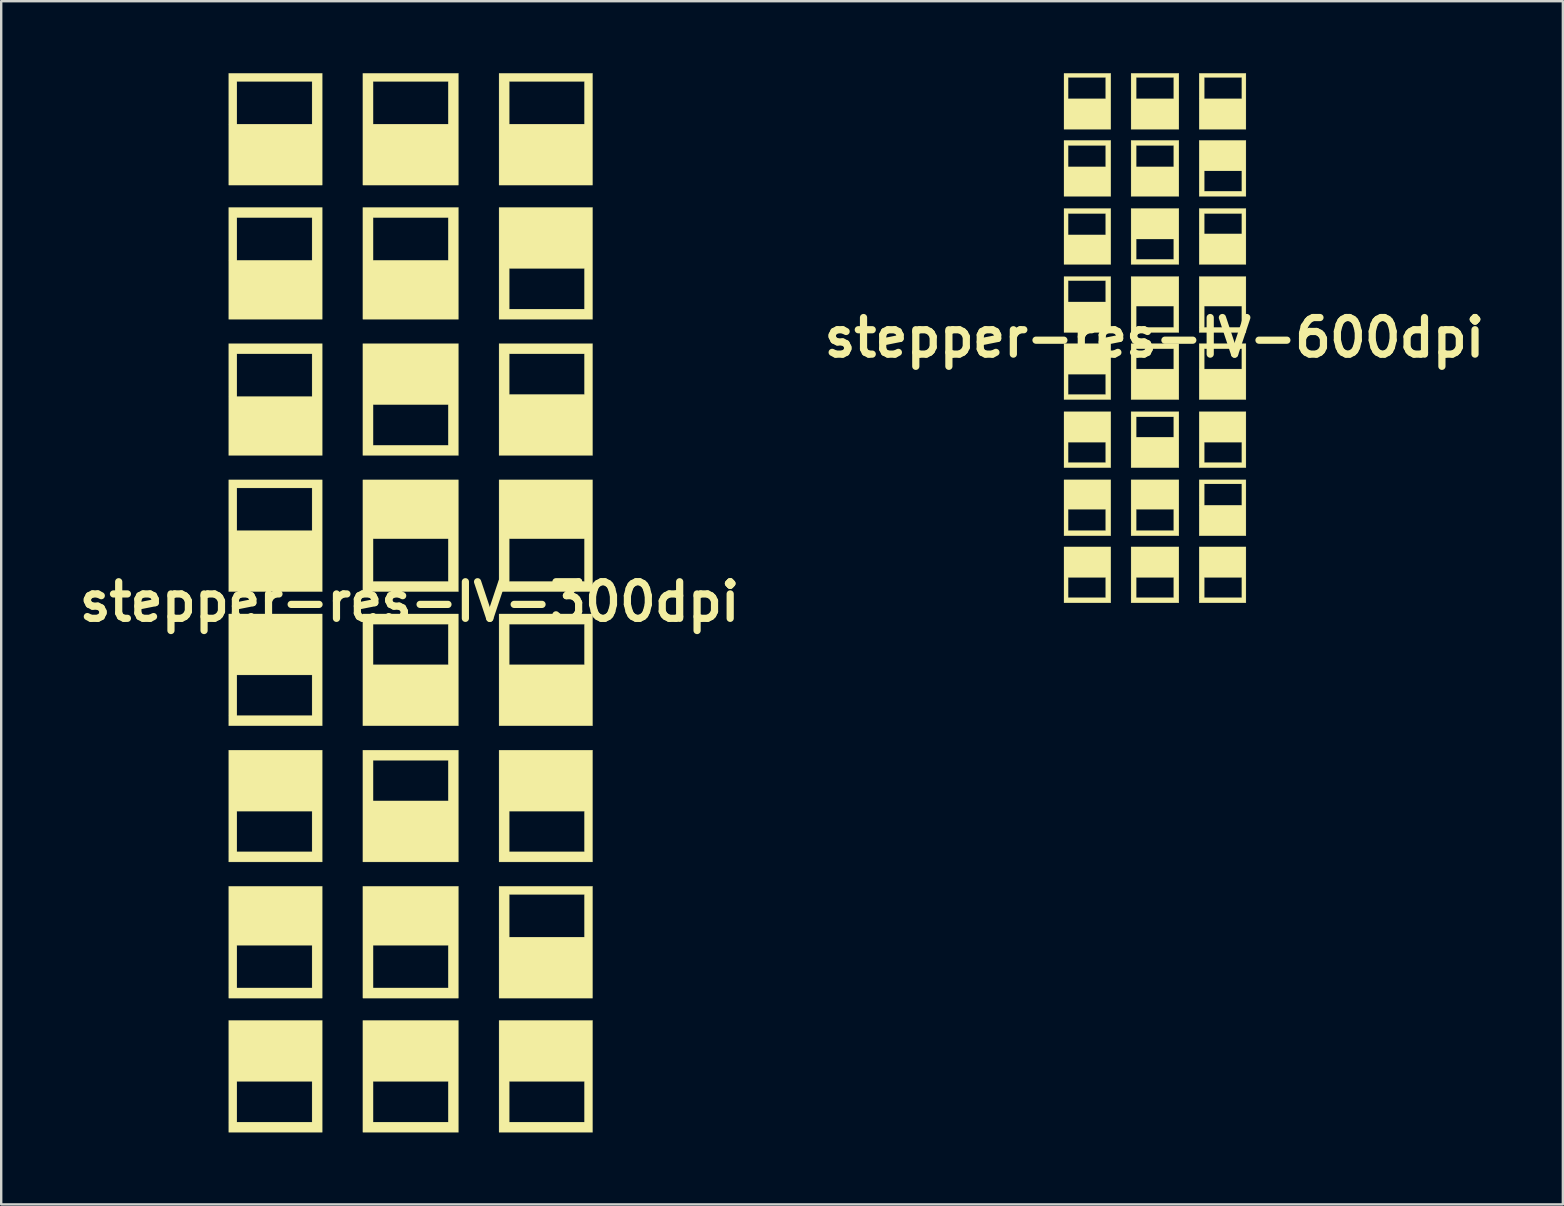
<source format=kicad_pcb>
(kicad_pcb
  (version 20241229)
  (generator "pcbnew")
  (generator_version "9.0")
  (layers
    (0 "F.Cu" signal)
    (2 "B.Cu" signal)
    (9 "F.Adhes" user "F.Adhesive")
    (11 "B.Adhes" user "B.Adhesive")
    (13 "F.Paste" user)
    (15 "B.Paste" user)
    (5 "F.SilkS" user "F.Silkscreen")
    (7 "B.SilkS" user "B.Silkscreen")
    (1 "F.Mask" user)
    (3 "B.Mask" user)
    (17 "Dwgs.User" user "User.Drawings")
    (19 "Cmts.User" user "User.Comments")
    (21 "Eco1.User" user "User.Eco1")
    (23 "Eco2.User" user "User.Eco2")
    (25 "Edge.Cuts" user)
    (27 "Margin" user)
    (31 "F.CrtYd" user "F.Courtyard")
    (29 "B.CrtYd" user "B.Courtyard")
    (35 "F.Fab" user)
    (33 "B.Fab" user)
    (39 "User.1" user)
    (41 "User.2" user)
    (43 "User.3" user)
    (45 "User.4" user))
  (footprint "stepper-res-IV-300dpi"
    (layer "F.Cu")
    (at 14.014 22.018)
    (property "Reference" "stepper-res-IV-300dpi" (at 0 0 0) (layer "F.SilkS") (effects (font (size 1.524 1.524) (thickness 0.3))))
    (attr through_hole)
    (fp_poly (pts (xy -3.641 -17.357) (xy -7.535 -17.357) (xy -7.535 -21.675) (xy -7.197 -21.675) (xy -7.197 -19.897) (xy -4.064 -19.897) (xy -4.064 -21.675) (xy -7.197 -21.675) (xy -7.535 -21.675) (xy -7.535 -22.013) (xy -3.641 -22.013) (xy -3.641 -17.357)) (stroke (width 0.01) (type solid)) (fill yes) (layer "F.SilkS"))
    (fp_poly (pts (xy -3.641 -11.769) (xy -7.535 -11.769) (xy -7.535 -16.002) (xy -7.197 -16.002) (xy -7.197 -14.224) (xy -4.064 -14.224) (xy -4.064 -16.002) (xy -7.197 -16.002) (xy -7.535 -16.002) (xy -7.535 -16.425) (xy -3.641 -16.425) (xy -3.641 -11.769)) (stroke (width 0.01) (type solid)) (fill yes) (layer "F.SilkS"))
    (fp_poly (pts (xy -3.641 -6.096) (xy -7.535 -6.096) (xy -7.535 -10.329) (xy -7.197 -10.329) (xy -7.197 -8.551) (xy -4.064 -8.551) (xy -4.064 -10.329) (xy -7.197 -10.329) (xy -7.535 -10.329) (xy -7.535 -10.753) (xy -3.641 -10.753) (xy -3.641 -6.096)) (stroke (width 0.01) (type solid)) (fill yes) (layer "F.SilkS"))
    (fp_poly (pts (xy -3.641 -0.423) (xy -7.535 -0.423) (xy -7.535 -4.741) (xy -7.197 -4.741) (xy -7.197 -2.963) (xy -4.064 -2.963) (xy -4.064 -4.741) (xy -7.197 -4.741) (xy -7.535 -4.741) (xy -7.535 -5.08) (xy -3.641 -5.08) (xy -3.641 -0.423)) (stroke (width 0.01) (type solid)) (fill yes) (layer "F.SilkS"))
    (fp_poly (pts (xy -3.641 5.165) (xy -7.535 5.165) (xy -7.535 3.048) (xy -7.197 3.048) (xy -7.197 4.741) (xy -4.064 4.741) (xy -4.064 3.048) (xy -7.197 3.048) (xy -7.535 3.048) (xy -7.535 0.508) (xy -3.641 0.508) (xy -3.641 5.165)) (stroke (width 0.01) (type solid)) (fill yes) (layer "F.SilkS"))
    (fp_poly (pts (xy -3.641 10.837) (xy -7.535 10.837) (xy -7.535 8.721) (xy -7.197 8.721) (xy -7.197 10.414) (xy -4.064 10.414) (xy -4.064 8.721) (xy -7.197 8.721) (xy -7.535 8.721) (xy -7.535 6.181) (xy -3.641 6.181) (xy -3.641 10.837)) (stroke (width 0.01) (type solid)) (fill yes) (layer "F.SilkS"))
    (fp_poly (pts (xy -3.641 16.51) (xy -7.535 16.51) (xy -7.535 14.309) (xy -7.197 14.309) (xy -7.197 16.087) (xy -4.064 16.087) (xy -4.064 14.309) (xy -7.197 14.309) (xy -7.535 14.309) (xy -7.535 11.853) (xy -3.641 11.853) (xy -3.641 16.51)) (stroke (width 0.01) (type solid)) (fill yes) (layer "F.SilkS"))
    (fp_poly (pts (xy -3.641 22.098) (xy -7.535 22.098) (xy -7.535 19.981) (xy -7.197 19.981) (xy -7.197 21.675) (xy -4.064 21.675) (xy -4.064 19.981) (xy -7.197 19.981) (xy -7.535 19.981) (xy -7.535 17.441) (xy -3.641 17.441) (xy -3.641 22.098)) (stroke (width 0.01) (type solid)) (fill yes) (layer "F.SilkS"))
    (fp_poly (pts (xy 2.032 -17.357) (xy -1.947 -17.357) (xy -1.947 -21.675) (xy -1.524 -21.675) (xy -1.524 -19.897) (xy 1.609 -19.897) (xy 1.609 -21.675) (xy -1.524 -21.675) (xy -1.947 -21.675) (xy -1.947 -22.013) (xy 2.032 -22.013) (xy 2.032 -17.357)) (stroke (width 0.01) (type solid)) (fill yes) (layer "F.SilkS"))
    (fp_poly (pts (xy 2.032 -11.769) (xy -1.947 -11.769) (xy -1.947 -16.002) (xy -1.524 -16.002) (xy -1.524 -14.224) (xy 1.609 -14.224) (xy 1.609 -16.002) (xy -1.524 -16.002) (xy -1.947 -16.002) (xy -1.947 -16.425) (xy 2.032 -16.425) (xy 2.032 -11.769)) (stroke (width 0.01) (type solid)) (fill yes) (layer "F.SilkS"))
    (fp_poly (pts (xy 2.032 -6.096) (xy -1.947 -6.096) (xy -1.947 -8.213) (xy -1.524 -8.213) (xy -1.524 -6.519) (xy 1.609 -6.519) (xy 1.609 -8.213) (xy -1.524 -8.213) (xy -1.947 -8.213) (xy -1.947 -10.753) (xy 2.032 -10.753) (xy 2.032 -6.096)) (stroke (width 0.01) (type solid)) (fill yes) (layer "F.SilkS"))
    (fp_poly (pts (xy 2.032 -0.423) (xy -1.947 -0.423) (xy -1.947 -2.625) (xy -1.524 -2.625) (xy -1.524 -0.847) (xy 1.609 -0.847) (xy 1.609 -2.625) (xy -1.524 -2.625) (xy -1.947 -2.625) (xy -1.947 -5.08) (xy 2.032 -5.08) (xy 2.032 -0.423)) (stroke (width 0.01) (type solid)) (fill yes) (layer "F.SilkS"))
    (fp_poly (pts (xy 2.032 5.165) (xy -1.947 5.165) (xy -1.947 0.931) (xy -1.524 0.931) (xy -1.524 2.625) (xy 1.609 2.625) (xy 1.609 0.931) (xy -1.524 0.931) (xy -1.947 0.931) (xy -1.947 0.508) (xy 2.032 0.508) (xy 2.032 5.165)) (stroke (width 0.01) (type solid)) (fill yes) (layer "F.SilkS"))
    (fp_poly (pts (xy 2.032 10.837) (xy -1.947 10.837) (xy -1.947 6.604) (xy -1.524 6.604) (xy -1.524 8.297) (xy 1.609 8.297) (xy 1.609 6.604) (xy -1.524 6.604) (xy -1.947 6.604) (xy -1.947 6.181) (xy 2.032 6.181) (xy 2.032 10.837)) (stroke (width 0.01) (type solid)) (fill yes) (layer "F.SilkS"))
    (fp_poly (pts (xy 2.032 16.51) (xy -1.947 16.51) (xy -1.947 14.309) (xy -1.524 14.309) (xy -1.524 16.087) (xy 1.609 16.087) (xy 1.609 14.309) (xy -1.524 14.309) (xy -1.947 14.309) (xy -1.947 11.853) (xy 2.032 11.853) (xy 2.032 16.51)) (stroke (width 0.01) (type solid)) (fill yes) (layer "F.SilkS"))
    (fp_poly (pts (xy 2.032 22.098) (xy -1.947 22.098) (xy -1.947 19.981) (xy -1.524 19.981) (xy -1.524 21.675) (xy 1.609 21.675) (xy 1.609 19.981) (xy -1.524 19.981) (xy -1.947 19.981) (xy -1.947 17.441) (xy 2.032 17.441) (xy 2.032 22.098)) (stroke (width 0.01) (type solid)) (fill yes) (layer "F.SilkS"))
    (fp_poly (pts (xy 7.62 -17.357) (xy 3.725 -17.357) (xy 3.725 -21.675) (xy 4.149 -21.675) (xy 4.149 -19.897) (xy 7.281 -19.897) (xy 7.281 -21.675) (xy 4.149 -21.675) (xy 3.725 -21.675) (xy 3.725 -22.013) (xy 7.62 -22.013) (xy 7.62 -17.357)) (stroke (width 0.01) (type solid)) (fill yes) (layer "F.SilkS"))
    (fp_poly (pts (xy 7.62 -11.769) (xy 3.725 -11.769) (xy 3.725 -13.885) (xy 4.149 -13.885) (xy 4.149 -12.192) (xy 7.281 -12.192) (xy 7.281 -13.885) (xy 4.149 -13.885) (xy 3.725 -13.885) (xy 3.725 -16.425) (xy 7.62 -16.425) (xy 7.62 -11.769)) (stroke (width 0.01) (type solid)) (fill yes) (layer "F.SilkS"))
    (fp_poly (pts (xy 7.62 -6.096) (xy 3.725 -6.096) (xy 3.725 -10.329) (xy 4.149 -10.329) (xy 4.149 -8.636) (xy 7.281 -8.636) (xy 7.281 -10.329) (xy 4.149 -10.329) (xy 3.725 -10.329) (xy 3.725 -10.753) (xy 7.62 -10.753) (xy 7.62 -6.096)) (stroke (width 0.01) (type solid)) (fill yes) (layer "F.SilkS"))
    (fp_poly (pts (xy 7.62 -0.423) (xy 3.725 -0.423) (xy 3.725 -2.625) (xy 4.149 -2.625) (xy 4.149 -0.847) (xy 7.281 -0.847) (xy 7.281 -2.625) (xy 4.149 -2.625) (xy 3.725 -2.625) (xy 3.725 -5.08) (xy 7.62 -5.08) (xy 7.62 -0.423)) (stroke (width 0.01) (type solid)) (fill yes) (layer "F.SilkS"))
    (fp_poly (pts (xy 7.62 5.165) (xy 3.725 5.165) (xy 3.725 0.931) (xy 4.149 0.931) (xy 4.149 2.625) (xy 7.281 2.625) (xy 7.281 0.931) (xy 4.149 0.931) (xy 3.725 0.931) (xy 3.725 0.508) (xy 7.62 0.508) (xy 7.62 5.165)) (stroke (width 0.01) (type solid)) (fill yes) (layer "F.SilkS"))
    (fp_poly (pts (xy 7.62 10.837) (xy 3.725 10.837) (xy 3.725 8.721) (xy 4.149 8.721) (xy 4.149 10.414) (xy 7.281 10.414) (xy 7.281 8.721) (xy 4.149 8.721) (xy 3.725 8.721) (xy 3.725 6.181) (xy 7.62 6.181) (xy 7.62 10.837)) (stroke (width 0.01) (type solid)) (fill yes) (layer "F.SilkS"))
    (fp_poly (pts (xy 7.62 16.51) (xy 3.725 16.51) (xy 3.725 12.192) (xy 4.149 12.192) (xy 4.149 13.97) (xy 7.281 13.97) (xy 7.281 12.192) (xy 4.149 12.192) (xy 3.725 12.192) (xy 3.725 11.853) (xy 7.62 11.853) (xy 7.62 16.51)) (stroke (width 0.01) (type solid)) (fill yes) (layer "F.SilkS"))
    (fp_poly (pts (xy 7.62 22.098) (xy 3.725 22.098) (xy 3.725 19.981) (xy 4.149 19.981) (xy 4.149 21.675) (xy 7.281 21.675) (xy 7.281 19.981) (xy 4.149 19.981) (xy 3.725 19.981) (xy 3.725 17.441) (xy 7.62 17.441) (xy 7.62 22.098)) (stroke (width 0.01) (type solid)) (fill yes) (layer "F.SilkS")))
  (footprint "stepper-res-IV-600dpi"
    (layer "F.Cu")
    (at 45.041 11.012)
    (property "Reference" "stepper-res-IV-600dpi" (at 0 0 0) (layer "F.SilkS") (effects (font (size 1.524 1.524) (thickness 0.3))))
    (attr through_hole)
    (fp_poly (pts (xy -1.82 -8.678) (xy -3.768 -8.678) (xy -3.768 -10.837) (xy -3.598 -10.837) (xy -3.598 -9.948) (xy -2.032 -9.948) (xy -2.032 -10.837) (xy -3.598 -10.837) (xy -3.768 -10.837) (xy -3.768 -11.007) (xy -1.82 -11.007) (xy -1.82 -8.678)) (stroke (width 0.01) (type solid)) (fill yes) (layer "F.SilkS"))
    (fp_poly (pts (xy -1.82 -5.884) (xy -3.768 -5.884) (xy -3.768 -8.001) (xy -3.598 -8.001) (xy -3.598 -7.112) (xy -2.032 -7.112) (xy -2.032 -8.001) (xy -3.598 -8.001) (xy -3.768 -8.001) (xy -3.768 -8.213) (xy -1.82 -8.213) (xy -1.82 -5.884)) (stroke (width 0.01) (type solid)) (fill yes) (layer "F.SilkS"))
    (fp_poly (pts (xy -1.82 -3.048) (xy -3.768 -3.048) (xy -3.768 -5.165) (xy -3.598 -5.165) (xy -3.598 -4.276) (xy -2.032 -4.276) (xy -2.032 -5.165) (xy -3.598 -5.165) (xy -3.768 -5.165) (xy -3.768 -5.376) (xy -1.82 -5.376) (xy -1.82 -3.048)) (stroke (width 0.01) (type solid)) (fill yes) (layer "F.SilkS"))
    (fp_poly (pts (xy -1.82 -0.212) (xy -3.768 -0.212) (xy -3.768 -2.371) (xy -3.598 -2.371) (xy -3.598 -1.482) (xy -2.032 -1.482) (xy -2.032 -2.371) (xy -3.598 -2.371) (xy -3.768 -2.371) (xy -3.768 -2.54) (xy -1.82 -2.54) (xy -1.82 -0.212)) (stroke (width 0.01) (type solid)) (fill yes) (layer "F.SilkS"))
    (fp_poly (pts (xy -1.82 2.582) (xy -3.768 2.582) (xy -3.768 1.524) (xy -3.598 1.524) (xy -3.598 2.371) (xy -2.032 2.371) (xy -2.032 1.524) (xy -3.598 1.524) (xy -3.768 1.524) (xy -3.768 0.254) (xy -1.82 0.254) (xy -1.82 2.582)) (stroke (width 0.01) (type solid)) (fill yes) (layer "F.SilkS"))
    (fp_poly (pts (xy -1.82 5.419) (xy -3.768 5.419) (xy -3.768 4.36) (xy -3.598 4.36) (xy -3.598 5.207) (xy -2.032 5.207) (xy -2.032 4.36) (xy -3.598 4.36) (xy -3.768 4.36) (xy -3.768 3.09) (xy -1.82 3.09) (xy -1.82 5.419)) (stroke (width 0.01) (type solid)) (fill yes) (layer "F.SilkS"))
    (fp_poly (pts (xy -1.82 8.255) (xy -3.768 8.255) (xy -3.768 7.154) (xy -3.598 7.154) (xy -3.598 8.043) (xy -2.032 8.043) (xy -2.032 7.154) (xy -3.598 7.154) (xy -3.768 7.154) (xy -3.768 5.927) (xy -1.82 5.927) (xy -1.82 8.255)) (stroke (width 0.01) (type solid)) (fill yes) (layer "F.SilkS"))
    (fp_poly (pts (xy -1.82 11.049) (xy -3.768 11.049) (xy -3.768 9.991) (xy -3.598 9.991) (xy -3.598 10.837) (xy -2.032 10.837) (xy -2.032 9.991) (xy -3.598 9.991) (xy -3.768 9.991) (xy -3.768 8.721) (xy -1.82 8.721) (xy -1.82 11.049)) (stroke (width 0.01) (type solid)) (fill yes) (layer "F.SilkS"))
    (fp_poly (pts (xy 1.016 -8.678) (xy -0.974 -8.678) (xy -0.974 -10.837) (xy -0.762 -10.837) (xy -0.762 -9.948) (xy 0.804 -9.948) (xy 0.804 -10.837) (xy -0.762 -10.837) (xy -0.974 -10.837) (xy -0.974 -11.007) (xy 1.016 -11.007) (xy 1.016 -8.678)) (stroke (width 0.01) (type solid)) (fill yes) (layer "F.SilkS"))
    (fp_poly (pts (xy 1.016 -5.884) (xy -0.974 -5.884) (xy -0.974 -8.001) (xy -0.762 -8.001) (xy -0.762 -7.112) (xy 0.804 -7.112) (xy 0.804 -8.001) (xy -0.762 -8.001) (xy -0.974 -8.001) (xy -0.974 -8.213) (xy 1.016 -8.213) (xy 1.016 -5.884)) (stroke (width 0.01) (type solid)) (fill yes) (layer "F.SilkS"))
    (fp_poly (pts (xy 1.016 -3.048) (xy -0.974 -3.048) (xy -0.974 -4.106) (xy -0.762 -4.106) (xy -0.762 -3.26) (xy 0.804 -3.26) (xy 0.804 -4.106) (xy -0.762 -4.106) (xy -0.974 -4.106) (xy -0.974 -5.376) (xy 1.016 -5.376) (xy 1.016 -3.048)) (stroke (width 0.01) (type solid)) (fill yes) (layer "F.SilkS"))
    (fp_poly (pts (xy 1.016 -0.212) (xy -0.974 -0.212) (xy -0.974 -1.312) (xy -0.762 -1.312) (xy -0.762 -0.423) (xy 0.804 -0.423) (xy 0.804 -1.312) (xy -0.762 -1.312) (xy -0.974 -1.312) (xy -0.974 -2.54) (xy 1.016 -2.54) (xy 1.016 -0.212)) (stroke (width 0.01) (type solid)) (fill yes) (layer "F.SilkS"))
    (fp_poly (pts (xy 1.016 2.582) (xy -0.974 2.582) (xy -0.974 0.466) (xy -0.762 0.466) (xy -0.762 1.312) (xy 0.804 1.312) (xy 0.804 0.466) (xy -0.762 0.466) (xy -0.974 0.466) (xy -0.974 0.254) (xy 1.016 0.254) (xy 1.016 2.582)) (stroke (width 0.01) (type solid)) (fill yes) (layer "F.SilkS"))
    (fp_poly (pts (xy 1.016 5.419) (xy -0.974 5.419) (xy -0.974 3.302) (xy -0.762 3.302) (xy -0.762 4.149) (xy 0.804 4.149) (xy 0.804 3.302) (xy -0.762 3.302) (xy -0.974 3.302) (xy -0.974 3.09) (xy 1.016 3.09) (xy 1.016 5.419)) (stroke (width 0.01) (type solid)) (fill yes) (layer "F.SilkS"))
    (fp_poly (pts (xy 1.016 8.255) (xy -0.974 8.255) (xy -0.974 7.154) (xy -0.762 7.154) (xy -0.762 8.043) (xy 0.804 8.043) (xy 0.804 7.154) (xy -0.762 7.154) (xy -0.974 7.154) (xy -0.974 5.927) (xy 1.016 5.927) (xy 1.016 8.255)) (stroke (width 0.01) (type solid)) (fill yes) (layer "F.SilkS"))
    (fp_poly (pts (xy 1.016 11.049) (xy -0.974 11.049) (xy -0.974 9.991) (xy -0.762 9.991) (xy -0.762 10.837) (xy 0.804 10.837) (xy 0.804 9.991) (xy -0.762 9.991) (xy -0.974 9.991) (xy -0.974 8.721) (xy 1.016 8.721) (xy 1.016 11.049)) (stroke (width 0.01) (type solid)) (fill yes) (layer "F.SilkS"))
    (fp_poly (pts (xy 3.81 -8.678) (xy 1.863 -8.678) (xy 1.863 -10.837) (xy 2.074 -10.837) (xy 2.074 -9.948) (xy 3.641 -9.948) (xy 3.641 -10.837) (xy 2.074 -10.837) (xy 1.863 -10.837) (xy 1.863 -11.007) (xy 3.81 -11.007) (xy 3.81 -8.678)) (stroke (width 0.01) (type solid)) (fill yes) (layer "F.SilkS"))
    (fp_poly (pts (xy 3.81 -5.884) (xy 1.863 -5.884) (xy 1.863 -6.943) (xy 2.074 -6.943) (xy 2.074 -6.096) (xy 3.641 -6.096) (xy 3.641 -6.943) (xy 2.074 -6.943) (xy 1.863 -6.943) (xy 1.863 -8.213) (xy 3.81 -8.213) (xy 3.81 -5.884)) (stroke (width 0.01) (type solid)) (fill yes) (layer "F.SilkS"))
    (fp_poly (pts (xy 3.81 -3.048) (xy 1.863 -3.048) (xy 1.863 -5.165) (xy 2.074 -5.165) (xy 2.074 -4.318) (xy 3.641 -4.318) (xy 3.641 -5.165) (xy 2.074 -5.165) (xy 1.863 -5.165) (xy 1.863 -5.376) (xy 3.81 -5.376) (xy 3.81 -3.048)) (stroke (width 0.01) (type solid)) (fill yes) (layer "F.SilkS"))
    (fp_poly (pts (xy 3.81 -0.212) (xy 1.863 -0.212) (xy 1.863 -1.312) (xy 2.074 -1.312) (xy 2.074 -0.423) (xy 3.641 -0.423) (xy 3.641 -1.312) (xy 2.074 -1.312) (xy 1.863 -1.312) (xy 1.863 -2.54) (xy 3.81 -2.54) (xy 3.81 -0.212)) (stroke (width 0.01) (type solid)) (fill yes) (layer "F.SilkS"))
    (fp_poly (pts (xy 3.81 2.582) (xy 1.863 2.582) (xy 1.863 0.466) (xy 2.074 0.466) (xy 2.074 1.312) (xy 3.641 1.312) (xy 3.641 0.466) (xy 2.074 0.466) (xy 1.863 0.466) (xy 1.863 0.254) (xy 3.81 0.254) (xy 3.81 2.582)) (stroke (width 0.01) (type solid)) (fill yes) (layer "F.SilkS"))
    (fp_poly (pts (xy 3.81 5.419) (xy 1.863 5.419) (xy 1.863 4.36) (xy 2.074 4.36) (xy 2.074 5.207) (xy 3.641 5.207) (xy 3.641 4.36) (xy 2.074 4.36) (xy 1.863 4.36) (xy 1.863 3.09) (xy 3.81 3.09) (xy 3.81 5.419)) (stroke (width 0.01) (type solid)) (fill yes) (layer "F.SilkS"))
    (fp_poly (pts (xy 3.81 8.255) (xy 1.863 8.255) (xy 1.863 6.096) (xy 2.074 6.096) (xy 2.074 6.985) (xy 3.641 6.985) (xy 3.641 6.096) (xy 2.074 6.096) (xy 1.863 6.096) (xy 1.863 5.927) (xy 3.81 5.927) (xy 3.81 8.255)) (stroke (width 0.01) (type solid)) (fill yes) (layer "F.SilkS"))
    (fp_poly (pts (xy 3.81 11.049) (xy 1.863 11.049) (xy 1.863 9.991) (xy 2.074 9.991) (xy 2.074 10.837) (xy 3.641 10.837) (xy 3.641 9.991) (xy 2.074 9.991) (xy 1.863 9.991) (xy 1.863 8.721) (xy 3.81 8.721) (xy 3.81 11.049)) (stroke (width 0.01) (type solid)) (fill yes) (layer "F.SilkS")))
  (gr_rect
    (start -3 -3)
    (end 62.054 47.121)
    (stroke (width 0.1) (type default))
    (fill no)
    (layer "Edge.Cuts")))
</source>
